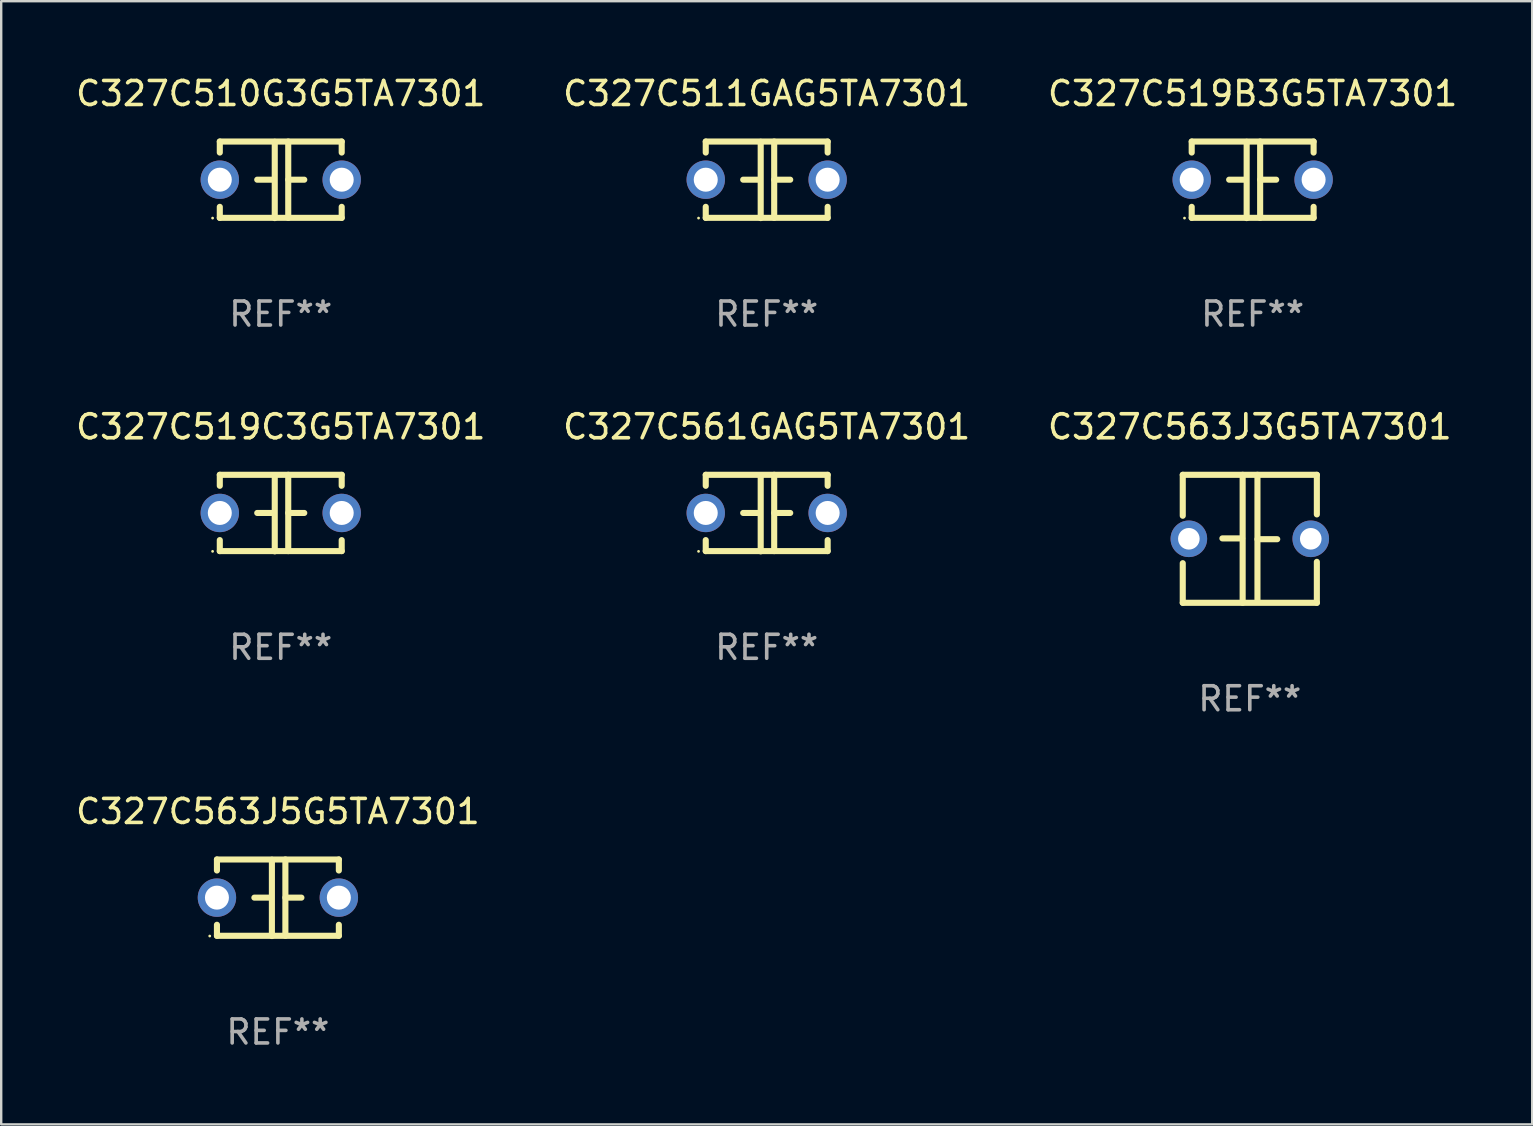
<source format=kicad_pcb>
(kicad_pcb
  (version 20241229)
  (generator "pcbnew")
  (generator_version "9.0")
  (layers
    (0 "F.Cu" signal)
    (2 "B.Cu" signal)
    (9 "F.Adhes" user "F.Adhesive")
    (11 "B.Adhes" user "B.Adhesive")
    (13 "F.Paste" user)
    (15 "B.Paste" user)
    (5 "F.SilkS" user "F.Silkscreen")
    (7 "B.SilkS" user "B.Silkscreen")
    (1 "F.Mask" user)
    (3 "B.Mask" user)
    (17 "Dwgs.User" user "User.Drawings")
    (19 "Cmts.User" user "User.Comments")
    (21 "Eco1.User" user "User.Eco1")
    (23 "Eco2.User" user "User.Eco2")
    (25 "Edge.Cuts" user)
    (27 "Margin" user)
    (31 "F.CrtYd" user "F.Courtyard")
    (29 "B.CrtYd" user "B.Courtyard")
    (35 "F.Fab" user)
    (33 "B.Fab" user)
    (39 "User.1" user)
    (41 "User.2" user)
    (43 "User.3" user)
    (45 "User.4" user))
  (footprint "C327C519B3G5TA7301"
    (layer "F.Cu")
    (at 49.149 4.443)
    (property "Reference" "C327C519B3G5TA7301" (at 0 -3.595 0) (layer "F.SilkS") (effects (font (size 1 1) (thickness 0.15))))
    (attr through_hole)
    (fp_line (start -2.54 -1.595) (end -2.54 -1.136) (stroke (width 0.254) (type solid)) (layer "F.SilkS"))
    (fp_line (start -2.54 -1.595) (end 2.54 -1.595) (stroke (width 0.254) (type solid)) (layer "F.SilkS"))
    (fp_line (start -2.54 1.126) (end -2.54 1.585) (stroke (width 0.254) (type solid)) (layer "F.SilkS"))
    (fp_line (start -0.312 -0.005) (end -0.98 -0.005) (stroke (width 0.254) (type solid)) (layer "F.SilkS"))
    (fp_line (start -0.25 -1.585) (end -0.25 1.595) (stroke (width 0.254) (type solid)) (layer "F.SilkS"))
    (fp_line (start 0.312 -1.595) (end 0.312 1.585) (stroke (width 0.254) (type solid)) (layer "F.SilkS"))
    (fp_line (start 0.312 -0.005) (end 0.98 -0.005) (stroke (width 0.254) (type solid)) (layer "F.SilkS"))
    (fp_line (start 2.54 -1.595) (end 2.54 -1.136) (stroke (width 0.254) (type solid)) (layer "F.SilkS"))
    (fp_line (start 2.54 1.126) (end 2.54 1.585) (stroke (width 0.254) (type solid)) (layer "F.SilkS"))
    (fp_line (start 2.54 1.585) (end -2.54 1.585) (stroke (width 0.254) (type solid)) (layer "F.SilkS"))
    (fp_circle (center -2.84 1.595) (end -2.81 1.595) (stroke (width 0.06) (type solid)) (fill no) (layer "F.SilkS"))
    (fp_text user "REF**" (at 0 5.595 0) (layer "F.Fab") (effects (font (size 1 1) (thickness 0.15))))
    (pad "1" thru_hole circle (at -2.54 -0.005) (size 1.6 1.6) (drill 1) (layers "*.Cu" "*.Mask"))
    (pad "2" thru_hole circle (at 2.54 -0.005) (size 1.6 1.6) (drill 1) (layers "*.Cu" "*.Mask")))
  (footprint "C327C519C3G5TA7301"
    (layer "F.Cu")
    (at 8.649 18.33)
    (property "Reference" "C327C519C3G5TA7301" (at 0 -3.595 0) (layer "F.SilkS") (effects (font (size 1 1) (thickness 0.15))))
    (attr through_hole)
    (fp_line (start -2.54 -1.595) (end -2.54 -1.136) (stroke (width 0.254) (type solid)) (layer "F.SilkS"))
    (fp_line (start -2.54 -1.595) (end 2.54 -1.595) (stroke (width 0.254) (type solid)) (layer "F.SilkS"))
    (fp_line (start -2.54 1.126) (end -2.54 1.585) (stroke (width 0.254) (type solid)) (layer "F.SilkS"))
    (fp_line (start -0.312 -0.005) (end -0.98 -0.005) (stroke (width 0.254) (type solid)) (layer "F.SilkS"))
    (fp_line (start -0.25 -1.585) (end -0.25 1.595) (stroke (width 0.254) (type solid)) (layer "F.SilkS"))
    (fp_line (start 0.312 -1.595) (end 0.312 1.585) (stroke (width 0.254) (type solid)) (layer "F.SilkS"))
    (fp_line (start 0.312 -0.005) (end 0.98 -0.005) (stroke (width 0.254) (type solid)) (layer "F.SilkS"))
    (fp_line (start 2.54 -1.595) (end 2.54 -1.136) (stroke (width 0.254) (type solid)) (layer "F.SilkS"))
    (fp_line (start 2.54 1.126) (end 2.54 1.585) (stroke (width 0.254) (type solid)) (layer "F.SilkS"))
    (fp_line (start 2.54 1.585) (end -2.54 1.585) (stroke (width 0.254) (type solid)) (layer "F.SilkS"))
    (fp_circle (center -2.84 1.595) (end -2.81 1.595) (stroke (width 0.06) (type solid)) (fill no) (layer "F.SilkS"))
    (fp_text user "REF**" (at 0 5.595 0) (layer "F.Fab") (effects (font (size 1 1) (thickness 0.15))))
    (pad "1" thru_hole circle (at -2.54 -0.005) (size 1.6 1.6) (drill 1) (layers "*.Cu" "*.Mask"))
    (pad "2" thru_hole circle (at 2.54 -0.005) (size 1.6 1.6) (drill 1) (layers "*.Cu" "*.Mask")))
  (footprint "C327C563J3G5TA7301"
    (layer "F.Cu")
    (at 49.03 19.402)
    (property "Reference" "C327C563J3G5TA7301" (at 0 -4.667 0) (layer "F.SilkS") (effects (font (size 1 1) (thickness 0.15))))
    (attr through_hole)
    (fp_line (start -2.794 -2.667) (end -2.794 -0.96) (stroke (width 0.254) (type solid)) (layer "F.SilkS"))
    (fp_line (start -2.794 1.016) (end -2.794 2.667) (stroke (width 0.254) (type solid)) (layer "F.SilkS"))
    (fp_line (start -2.794 2.667) (end 2.794 2.667) (stroke (width 0.254) (type solid)) (layer "F.SilkS"))
    (fp_line (start -0.319 -0.017) (end -1.143 -0.017) (stroke (width 0.254) (type solid)) (layer "F.SilkS"))
    (fp_line (start -0.298 -2.667) (end -0.298 2.667) (stroke (width 0.254) (type solid)) (layer "F.SilkS"))
    (fp_line (start 0.319 -2.667) (end 0.319 2.54) (stroke (width 0.254) (type solid)) (layer "F.SilkS"))
    (fp_line (start 0.319 0.017) (end 1.143 0.017) (stroke (width 0.254) (type solid)) (layer "F.SilkS"))
    (fp_line (start 2.794 -2.667) (end -2.794 -2.667) (stroke (width 0.254) (type solid)) (layer "F.SilkS"))
    (fp_line (start 2.794 -1.016) (end 2.794 -2.667) (stroke (width 0.254) (type solid)) (layer "F.SilkS"))
    (fp_line (start 2.794 2.667) (end 2.794 0.96) (stroke (width 0.254) (type solid)) (layer "F.SilkS"))
    (fp_circle (center -2.79 2.55) (end -2.76 2.55) (stroke (width 0.06) (type solid)) (fill no) (layer "F.SilkS"))
    (fp_text user "REF**" (at 0 6.667 0) (layer "F.Fab") (effects (font (size 1 1) (thickness 0.15))))
    (pad "1" thru_hole circle (at -2.54 0) (size 1.524 1.524) (drill 0.9) (layers "*.Cu" "*.Mask"))
    (pad "2" thru_hole circle (at 2.54 0) (size 1.524 1.524) (drill 0.9) (layers "*.Cu" "*.Mask")))
  (footprint "C327C511GAG5TA7301"
    (layer "F.Cu")
    (at 28.899 4.443)
    (property "Reference" "C327C511GAG5TA7301" (at 0 -3.595 0) (layer "F.SilkS") (effects (font (size 1 1) (thickness 0.15))))
    (attr through_hole)
    (fp_line (start -2.54 -1.595) (end -2.54 -1.136) (stroke (width 0.254) (type solid)) (layer "F.SilkS"))
    (fp_line (start -2.54 -1.595) (end 2.54 -1.595) (stroke (width 0.254) (type solid)) (layer "F.SilkS"))
    (fp_line (start -2.54 1.126) (end -2.54 1.585) (stroke (width 0.254) (type solid)) (layer "F.SilkS"))
    (fp_line (start -0.312 -0.005) (end -0.98 -0.005) (stroke (width 0.254) (type solid)) (layer "F.SilkS"))
    (fp_line (start -0.25 -1.585) (end -0.25 1.595) (stroke (width 0.254) (type solid)) (layer "F.SilkS"))
    (fp_line (start 0.312 -1.595) (end 0.312 1.585) (stroke (width 0.254) (type solid)) (layer "F.SilkS"))
    (fp_line (start 0.312 -0.005) (end 0.98 -0.005) (stroke (width 0.254) (type solid)) (layer "F.SilkS"))
    (fp_line (start 2.54 -1.595) (end 2.54 -1.136) (stroke (width 0.254) (type solid)) (layer "F.SilkS"))
    (fp_line (start 2.54 1.126) (end 2.54 1.585) (stroke (width 0.254) (type solid)) (layer "F.SilkS"))
    (fp_line (start 2.54 1.585) (end -2.54 1.585) (stroke (width 0.254) (type solid)) (layer "F.SilkS"))
    (fp_circle (center -2.84 1.595) (end -2.81 1.595) (stroke (width 0.06) (type solid)) (fill no) (layer "F.SilkS"))
    (fp_text user "REF**" (at 0 5.595 0) (layer "F.Fab") (effects (font (size 1 1) (thickness 0.15))))
    (pad "1" thru_hole circle (at -2.54 -0.005) (size 1.6 1.6) (drill 1) (layers "*.Cu" "*.Mask"))
    (pad "2" thru_hole circle (at 2.54 -0.005) (size 1.6 1.6) (drill 1) (layers "*.Cu" "*.Mask")))
  (footprint "C327C563J5G5TA7301"
    (layer "F.Cu")
    (at 8.53 34.36)
    (property "Reference" "C327C563J5G5TA7301" (at 0 -3.595 0) (layer "F.SilkS") (effects (font (size 1 1) (thickness 0.15))))
    (attr through_hole)
    (fp_line (start -2.54 -1.595) (end -2.54 -1.136) (stroke (width 0.254) (type solid)) (layer "F.SilkS"))
    (fp_line (start -2.54 -1.595) (end 2.54 -1.595) (stroke (width 0.254) (type solid)) (layer "F.SilkS"))
    (fp_line (start -2.54 1.126) (end -2.54 1.585) (stroke (width 0.254) (type solid)) (layer "F.SilkS"))
    (fp_line (start -0.312 -0.005) (end -0.98 -0.005) (stroke (width 0.254) (type solid)) (layer "F.SilkS"))
    (fp_line (start -0.25 -1.585) (end -0.25 1.595) (stroke (width 0.254) (type solid)) (layer "F.SilkS"))
    (fp_line (start 0.312 -1.595) (end 0.312 1.585) (stroke (width 0.254) (type solid)) (layer "F.SilkS"))
    (fp_line (start 0.312 -0.005) (end 0.98 -0.005) (stroke (width 0.254) (type solid)) (layer "F.SilkS"))
    (fp_line (start 2.54 -1.595) (end 2.54 -1.136) (stroke (width 0.254) (type solid)) (layer "F.SilkS"))
    (fp_line (start 2.54 1.126) (end 2.54 1.585) (stroke (width 0.254) (type solid)) (layer "F.SilkS"))
    (fp_line (start 2.54 1.585) (end -2.54 1.585) (stroke (width 0.254) (type solid)) (layer "F.SilkS"))
    (fp_circle (center -2.84 1.595) (end -2.81 1.595) (stroke (width 0.06) (type solid)) (fill no) (layer "F.SilkS"))
    (fp_text user "REF**" (at 0 5.595 0) (layer "F.Fab") (effects (font (size 1 1) (thickness 0.15))))
    (pad "1" thru_hole circle (at -2.54 -0.005) (size 1.6 1.6) (drill 1) (layers "*.Cu" "*.Mask"))
    (pad "2" thru_hole circle (at 2.54 -0.005) (size 1.6 1.6) (drill 1) (layers "*.Cu" "*.Mask")))
  (footprint "C327C510G3G5TA7301"
    (layer "F.Cu")
    (at 8.649 4.443)
    (property "Reference" "C327C510G3G5TA7301" (at 0 -3.595 0) (layer "F.SilkS") (effects (font (size 1 1) (thickness 0.15))))
    (attr through_hole)
    (fp_line (start -2.54 -1.595) (end -2.54 -1.136) (stroke (width 0.254) (type solid)) (layer "F.SilkS"))
    (fp_line (start -2.54 -1.595) (end 2.54 -1.595) (stroke (width 0.254) (type solid)) (layer "F.SilkS"))
    (fp_line (start -2.54 1.126) (end -2.54 1.585) (stroke (width 0.254) (type solid)) (layer "F.SilkS"))
    (fp_line (start -0.312 -0.005) (end -0.98 -0.005) (stroke (width 0.254) (type solid)) (layer "F.SilkS"))
    (fp_line (start -0.25 -1.585) (end -0.25 1.595) (stroke (width 0.254) (type solid)) (layer "F.SilkS"))
    (fp_line (start 0.312 -1.595) (end 0.312 1.585) (stroke (width 0.254) (type solid)) (layer "F.SilkS"))
    (fp_line (start 0.312 -0.005) (end 0.98 -0.005) (stroke (width 0.254) (type solid)) (layer "F.SilkS"))
    (fp_line (start 2.54 -1.595) (end 2.54 -1.136) (stroke (width 0.254) (type solid)) (layer "F.SilkS"))
    (fp_line (start 2.54 1.126) (end 2.54 1.585) (stroke (width 0.254) (type solid)) (layer "F.SilkS"))
    (fp_line (start 2.54 1.585) (end -2.54 1.585) (stroke (width 0.254) (type solid)) (layer "F.SilkS"))
    (fp_circle (center -2.84 1.595) (end -2.81 1.595) (stroke (width 0.06) (type solid)) (fill no) (layer "F.SilkS"))
    (fp_text user "REF**" (at 0 5.595 0) (layer "F.Fab") (effects (font (size 1 1) (thickness 0.15))))
    (pad "1" thru_hole circle (at -2.54 -0.005) (size 1.6 1.6) (drill 1) (layers "*.Cu" "*.Mask"))
    (pad "2" thru_hole circle (at 2.54 -0.005) (size 1.6 1.6) (drill 1) (layers "*.Cu" "*.Mask")))
  (footprint "C327C561GAG5TA7301"
    (layer "F.Cu")
    (at 28.899 18.33)
    (property "Reference" "C327C561GAG5TA7301" (at 0 -3.595 0) (layer "F.SilkS") (effects (font (size 1 1) (thickness 0.15))))
    (attr through_hole)
    (fp_line (start -2.54 -1.595) (end -2.54 -1.136) (stroke (width 0.254) (type solid)) (layer "F.SilkS"))
    (fp_line (start -2.54 -1.595) (end 2.54 -1.595) (stroke (width 0.254) (type solid)) (layer "F.SilkS"))
    (fp_line (start -2.54 1.126) (end -2.54 1.585) (stroke (width 0.254) (type solid)) (layer "F.SilkS"))
    (fp_line (start -0.312 -0.005) (end -0.98 -0.005) (stroke (width 0.254) (type solid)) (layer "F.SilkS"))
    (fp_line (start -0.25 -1.585) (end -0.25 1.595) (stroke (width 0.254) (type solid)) (layer "F.SilkS"))
    (fp_line (start 0.312 -1.595) (end 0.312 1.585) (stroke (width 0.254) (type solid)) (layer "F.SilkS"))
    (fp_line (start 0.312 -0.005) (end 0.98 -0.005) (stroke (width 0.254) (type solid)) (layer "F.SilkS"))
    (fp_line (start 2.54 -1.595) (end 2.54 -1.136) (stroke (width 0.254) (type solid)) (layer "F.SilkS"))
    (fp_line (start 2.54 1.126) (end 2.54 1.585) (stroke (width 0.254) (type solid)) (layer "F.SilkS"))
    (fp_line (start 2.54 1.585) (end -2.54 1.585) (stroke (width 0.254) (type solid)) (layer "F.SilkS"))
    (fp_circle (center -2.84 1.595) (end -2.81 1.595) (stroke (width 0.06) (type solid)) (fill no) (layer "F.SilkS"))
    (fp_text user "REF**" (at 0 5.595 0) (layer "F.Fab") (effects (font (size 1 1) (thickness 0.15))))
    (pad "1" thru_hole circle (at -2.54 -0.005) (size 1.6 1.6) (drill 1) (layers "*.Cu" "*.Mask"))
    (pad "2" thru_hole circle (at 2.54 -0.005) (size 1.6 1.6) (drill 1) (layers "*.Cu" "*.Mask")))
  (gr_rect
    (start -3 -3)
    (end 60.798 43.803)
    (stroke (width 0.1) (type default))
    (fill no)
    (layer "Edge.Cuts")))
</source>
